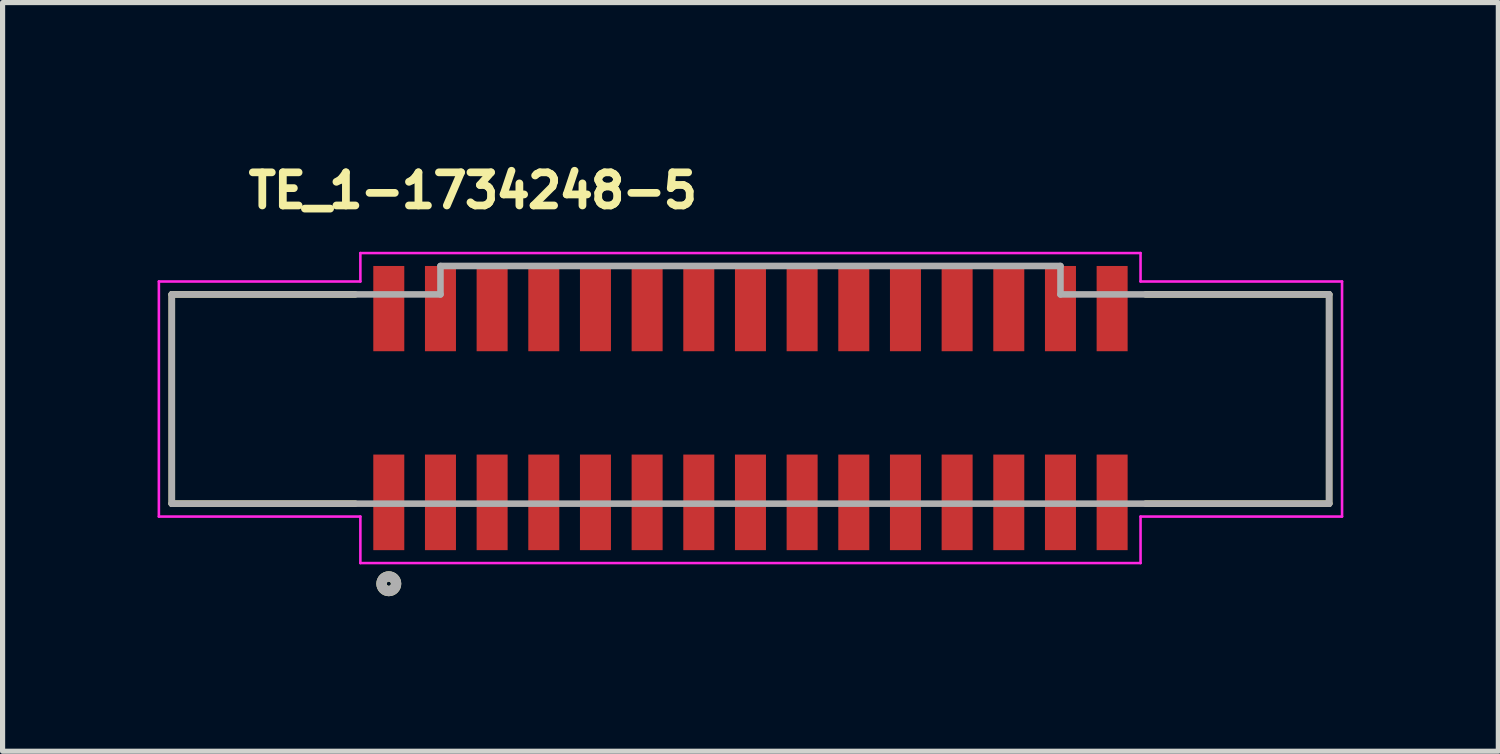
<source format=kicad_pcb>
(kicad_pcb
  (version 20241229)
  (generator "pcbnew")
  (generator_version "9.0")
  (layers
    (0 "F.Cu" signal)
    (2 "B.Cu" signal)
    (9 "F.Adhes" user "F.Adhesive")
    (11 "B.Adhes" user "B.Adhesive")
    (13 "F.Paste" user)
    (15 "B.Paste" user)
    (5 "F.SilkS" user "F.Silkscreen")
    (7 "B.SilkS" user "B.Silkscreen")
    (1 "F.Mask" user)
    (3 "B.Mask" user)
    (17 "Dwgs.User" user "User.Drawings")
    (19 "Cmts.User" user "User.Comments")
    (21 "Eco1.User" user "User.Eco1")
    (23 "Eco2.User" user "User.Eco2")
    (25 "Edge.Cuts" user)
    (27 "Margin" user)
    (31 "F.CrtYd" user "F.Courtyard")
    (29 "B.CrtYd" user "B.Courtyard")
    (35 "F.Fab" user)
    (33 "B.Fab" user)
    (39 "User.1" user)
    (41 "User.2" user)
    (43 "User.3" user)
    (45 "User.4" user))
  (footprint "TE_1-1734248-5"
    (layer "F.Cu")
    (at 11.475 4.648)
    (property "Reference" "TE_1-1734248-5" (at -5.373 -4.01 0) (layer "F.SilkS") (effects (font (size 0.641 0.641) (thickness 0.15))))
    (attr smd)
    (fp_line (start -11.2 -2) (end -7.65 -2) (stroke (width 0.127) (type solid)) (layer "F.SilkS"))
    (fp_line (start -11.2 2.05) (end -11.2 -2) (stroke (width 0.127) (type solid)) (layer "F.SilkS"))
    (fp_line (start -11.2 2.05) (end -7.65 2.05) (stroke (width 0.127) (type solid)) (layer "F.SilkS"))
    (fp_line (start 11.2 -2) (end 7.65 -2) (stroke (width 0.127) (type solid)) (layer "F.SilkS"))
    (fp_line (start 11.2 2.05) (end 7.65 2.05) (stroke (width 0.127) (type solid)) (layer "F.SilkS"))
    (fp_line (start 11.2 2.05) (end 11.2 -2) (stroke (width 0.127) (type solid)) (layer "F.SilkS"))
    (fp_circle (center -7 3.6) (end -6.859 3.6) (stroke (width 0.2) (type solid)) (fill no) (layer "F.SilkS"))
    (fp_line (start -11.45 -2.25) (end -7.55 -2.25) (stroke (width 0.05) (type solid)) (layer "F.CrtYd"))
    (fp_line (start -11.45 2.3) (end -11.45 -2.25) (stroke (width 0.05) (type solid)) (layer "F.CrtYd"))
    (fp_line (start -7.55 -2.8) (end 7.55 -2.8) (stroke (width 0.05) (type solid)) (layer "F.CrtYd"))
    (fp_line (start -7.55 -2.25) (end -7.55 -2.8) (stroke (width 0.05) (type solid)) (layer "F.CrtYd"))
    (fp_line (start -7.55 2.3) (end -11.45 2.3) (stroke (width 0.05) (type solid)) (layer "F.CrtYd"))
    (fp_line (start -7.55 3.2) (end -7.55 2.3) (stroke (width 0.05) (type solid)) (layer "F.CrtYd"))
    (fp_line (start 7.55 -2.8) (end 7.55 -2.25) (stroke (width 0.05) (type solid)) (layer "F.CrtYd"))
    (fp_line (start 7.55 -2.25) (end 11.45 -2.25) (stroke (width 0.05) (type solid)) (layer "F.CrtYd"))
    (fp_line (start 7.55 2.3) (end 7.55 3.2) (stroke (width 0.05) (type solid)) (layer "F.CrtYd"))
    (fp_line (start 7.55 3.2) (end -7.55 3.2) (stroke (width 0.05) (type solid)) (layer "F.CrtYd"))
    (fp_line (start 11.45 -2.25) (end 11.45 2.3) (stroke (width 0.05) (type solid)) (layer "F.CrtYd"))
    (fp_line (start 11.45 2.3) (end 7.55 2.3) (stroke (width 0.05) (type solid)) (layer "F.CrtYd"))
    (fp_line (start -11.2 -2) (end -6 -2) (stroke (width 0.127) (type solid)) (layer "F.Fab"))
    (fp_line (start -11.2 2.05) (end -11.2 -2) (stroke (width 0.127) (type solid)) (layer "F.Fab"))
    (fp_line (start -6 -2.55) (end 6 -2.55) (stroke (width 0.127) (type solid)) (layer "F.Fab"))
    (fp_line (start -6 -2) (end -6 -2.55) (stroke (width 0.127) (type solid)) (layer "F.Fab"))
    (fp_line (start 6 -2) (end 6 -2.55) (stroke (width 0.127) (type solid)) (layer "F.Fab"))
    (fp_line (start 11.2 -2) (end 6 -2) (stroke (width 0.127) (type solid)) (layer "F.Fab"))
    (fp_line (start 11.2 2.05) (end -11.2 2.05) (stroke (width 0.127) (type solid)) (layer "F.Fab"))
    (fp_line (start 11.2 2.05) (end 11.2 -2) (stroke (width 0.127) (type solid)) (layer "F.Fab"))
    (fp_circle (center -7 3.6) (end -6.859 3.6) (stroke (width 0.2) (type solid)) (fill no) (layer "F.Fab"))
    (pad "1" smd rect (at -7 2.025) (size 0.6 1.85) (layers "F.Cu" "F.Mask" "F.Paste"))
    (pad "1_1" smd rect (at -7 -1.725) (size 0.6 1.65) (layers "F.Cu" "F.Mask" "F.Paste"))
    (pad "2" smd rect (at -6 2.025) (size 0.6 1.85) (layers "F.Cu" "F.Mask" "F.Paste"))
    (pad "2_1" smd rect (at -6 -1.725) (size 0.6 1.65) (layers "F.Cu" "F.Mask" "F.Paste"))
    (pad "3" smd rect (at -5 2.025) (size 0.6 1.85) (layers "F.Cu" "F.Mask" "F.Paste"))
    (pad "3_1" smd rect (at -5 -1.725) (size 0.6 1.65) (layers "F.Cu" "F.Mask" "F.Paste"))
    (pad "4" smd rect (at -4 2.025) (size 0.6 1.85) (layers "F.Cu" "F.Mask" "F.Paste"))
    (pad "4_1" smd rect (at -4 -1.725) (size 0.6 1.65) (layers "F.Cu" "F.Mask" "F.Paste"))
    (pad "5" smd rect (at -3 2.025) (size 0.6 1.85) (layers "F.Cu" "F.Mask" "F.Paste"))
    (pad "5_1" smd rect (at -3 -1.725) (size 0.6 1.65) (layers "F.Cu" "F.Mask" "F.Paste"))
    (pad "6" smd rect (at -2 2.025) (size 0.6 1.85) (layers "F.Cu" "F.Mask" "F.Paste"))
    (pad "6_1" smd rect (at -2 -1.725) (size 0.6 1.65) (layers "F.Cu" "F.Mask" "F.Paste"))
    (pad "7" smd rect (at -1 2.025) (size 0.6 1.85) (layers "F.Cu" "F.Mask" "F.Paste"))
    (pad "7_1" smd rect (at -1 -1.725) (size 0.6 1.65) (layers "F.Cu" "F.Mask" "F.Paste"))
    (pad "8" smd rect (at 0 2.025) (size 0.6 1.85) (layers "F.Cu" "F.Mask" "F.Paste"))
    (pad "8_1" smd rect (at 0 -1.725) (size 0.6 1.65) (layers "F.Cu" "F.Mask" "F.Paste"))
    (pad "9" smd rect (at 1 2.025) (size 0.6 1.85) (layers "F.Cu" "F.Mask" "F.Paste"))
    (pad "9_1" smd rect (at 1 -1.725) (size 0.6 1.65) (layers "F.Cu" "F.Mask" "F.Paste"))
    (pad "10" smd rect (at 2 2.025) (size 0.6 1.85) (layers "F.Cu" "F.Mask" "F.Paste"))
    (pad "10_1" smd rect (at 2 -1.725) (size 0.6 1.65) (layers "F.Cu" "F.Mask" "F.Paste"))
    (pad "11" smd rect (at 3 2.025) (size 0.6 1.85) (layers "F.Cu" "F.Mask" "F.Paste"))
    (pad "11_1" smd rect (at 3 -1.725) (size 0.6 1.65) (layers "F.Cu" "F.Mask" "F.Paste"))
    (pad "12" smd rect (at 4 2.025) (size 0.6 1.85) (layers "F.Cu" "F.Mask" "F.Paste"))
    (pad "12_1" smd rect (at 4 -1.725) (size 0.6 1.65) (layers "F.Cu" "F.Mask" "F.Paste"))
    (pad "13" smd rect (at 5 2.025) (size 0.6 1.85) (layers "F.Cu" "F.Mask" "F.Paste"))
    (pad "13_1" smd rect (at 5 -1.725) (size 0.6 1.65) (layers "F.Cu" "F.Mask" "F.Paste"))
    (pad "14" smd rect (at 6 2.025) (size 0.6 1.85) (layers "F.Cu" "F.Mask" "F.Paste"))
    (pad "14_1" smd rect (at 6 -1.725) (size 0.6 1.65) (layers "F.Cu" "F.Mask" "F.Paste"))
    (pad "15" smd rect (at 7 2.025) (size 0.6 1.85) (layers "F.Cu" "F.Mask" "F.Paste"))
    (pad "15_1" smd rect (at 7 -1.725) (size 0.6 1.65) (layers "F.Cu" "F.Mask" "F.Paste")))
  (gr_rect
    (start -3 -3)
    (end 25.95 11.49)
    (stroke (width 0.1) (type default))
    (fill no)
    (layer "Edge.Cuts")))
</source>
